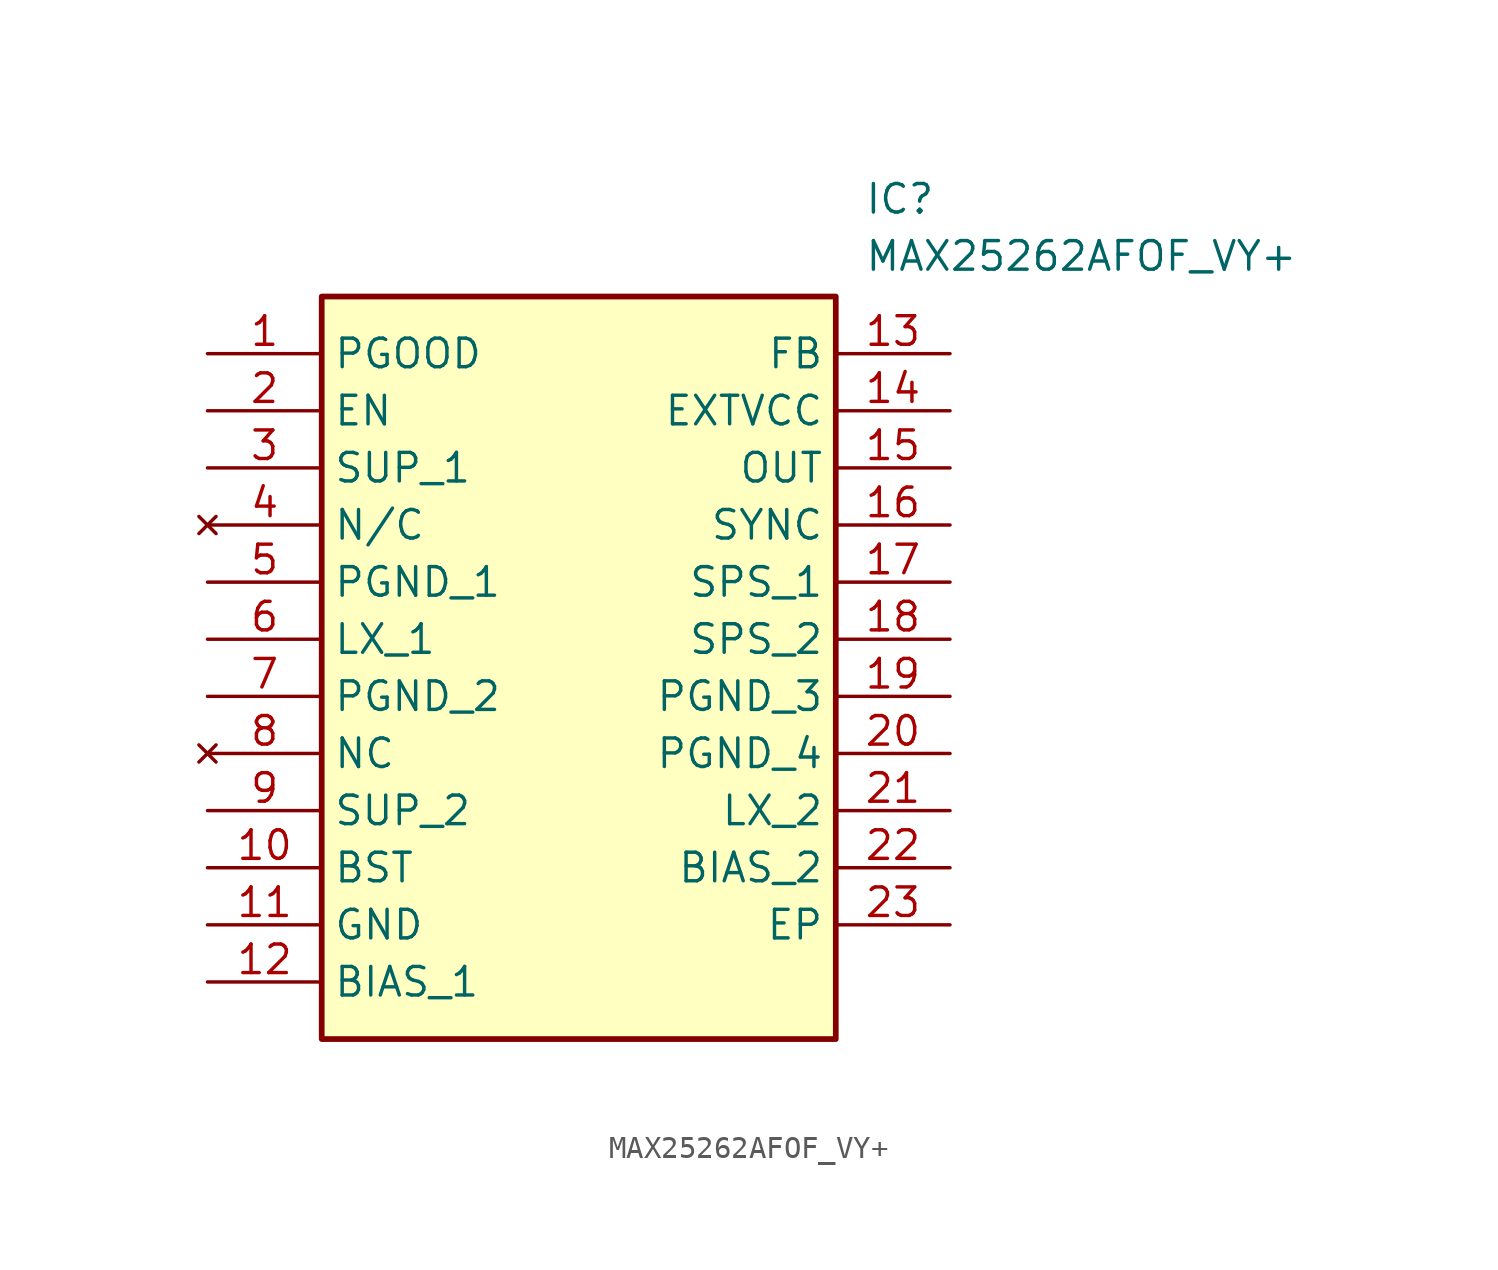
<source format=kicad_sym>
(kicad_symbol_lib
  (version 20211014)
  (generator SamacSys_ECAD_Model)
  (symbol "MAX25262AFOF_VY+"
    (property "Reference" "IC"
      (at 29.21 7.62 0)
      (effects (font (size 1.27 1.27)) (justify left top)))
    (property "Value" "MAX25262AFOF_VY+"
      (at 29.21 5.08 0)
      (effects (font (size 1.27 1.27)) (justify left top)))
    (rectangle
      (start 5.08 2.54)
      (end 27.94 -30.48)
      (stroke (width 0.254) (type default))
      (fill (type background)))
    (pin passive line
      (at 0 0 0)
      (length 5.08)
      (name "PGOOD" (effects (font (size 1.27 1.27))))
      (number "1" (effects (font (size 1.27 1.27)))))
    (pin passive line
      (at 0 -2.54 0)
      (length 5.08)
      (name "EN" (effects (font (size 1.27 1.27))))
      (number "2" (effects (font (size 1.27 1.27)))))
    (pin passive line
      (at 0 -5.08 0)
      (length 5.08)
      (name "SUP_1" (effects (font (size 1.27 1.27))))
      (number "3" (effects (font (size 1.27 1.27)))))
    (pin no_connect line
      (at 0 -7.62 0)
      (length 5.08)
      (name "N/C" (effects (font (size 1.27 1.27))))
      (number "4" (effects (font (size 1.27 1.27)))))
    (pin passive line
      (at 0 -10.16 0)
      (length 5.08)
      (name "PGND_1" (effects (font (size 1.27 1.27))))
      (number "5" (effects (font (size 1.27 1.27)))))
    (pin passive line
      (at 0 -12.7 0)
      (length 5.08)
      (name "LX_1" (effects (font (size 1.27 1.27))))
      (number "6" (effects (font (size 1.27 1.27)))))
    (pin passive line
      (at 0 -15.24 0)
      (length 5.08)
      (name "PGND_2" (effects (font (size 1.27 1.27))))
      (number "7" (effects (font (size 1.27 1.27)))))
    (pin no_connect line
      (at 0 -17.78 0)
      (length 5.08)
      (name "NC" (effects (font (size 1.27 1.27))))
      (number "8" (effects (font (size 1.27 1.27)))))
    (pin passive line
      (at 0 -20.32 0)
      (length 5.08)
      (name "SUP_2" (effects (font (size 1.27 1.27))))
      (number "9" (effects (font (size 1.27 1.27)))))
    (pin passive line
      (at 0 -22.86 0)
      (length 5.08)
      (name "BST" (effects (font (size 1.27 1.27))))
      (number "10" (effects (font (size 1.27 1.27)))))
    (pin passive line
      (at 0 -25.4 0)
      (length 5.08)
      (name "GND" (effects (font (size 1.27 1.27))))
      (number "11" (effects (font (size 1.27 1.27)))))
    (pin passive line
      (at 0 -27.94 0)
      (length 5.08)
      (name "BIAS_1" (effects (font (size 1.27 1.27))))
      (number "12" (effects (font (size 1.27 1.27)))))
    (pin passive line
      (at 33.02 0 180)
      (length 5.08)
      (name "FB" (effects (font (size 1.27 1.27))))
      (number "13" (effects (font (size 1.27 1.27)))))
    (pin passive line
      (at 33.02 -2.54 180)
      (length 5.08)
      (name "EXTVCC" (effects (font (size 1.27 1.27))))
      (number "14" (effects (font (size 1.27 1.27)))))
    (pin passive line
      (at 33.02 -5.08 180)
      (length 5.08)
      (name "OUT" (effects (font (size 1.27 1.27))))
      (number "15" (effects (font (size 1.27 1.27)))))
    (pin passive line
      (at 33.02 -7.62 180)
      (length 5.08)
      (name "SYNC" (effects (font (size 1.27 1.27))))
      (number "16" (effects (font (size 1.27 1.27)))))
    (pin passive line
      (at 33.02 -10.16 180)
      (length 5.08)
      (name "SPS_1" (effects (font (size 1.27 1.27))))
      (number "17" (effects (font (size 1.27 1.27)))))
    (pin passive line
      (at 33.02 -12.7 180)
      (length 5.08)
      (name "SPS_2" (effects (font (size 1.27 1.27))))
      (number "18" (effects (font (size 1.27 1.27)))))
    (pin passive line
      (at 33.02 -15.24 180)
      (length 5.08)
      (name "PGND_3" (effects (font (size 1.27 1.27))))
      (number "19" (effects (font (size 1.27 1.27)))))
    (pin passive line
      (at 33.02 -17.78 180)
      (length 5.08)
      (name "PGND_4" (effects (font (size 1.27 1.27))))
      (number "20" (effects (font (size 1.27 1.27)))))
    (pin passive line
      (at 33.02 -20.32 180)
      (length 5.08)
      (name "LX_2" (effects (font (size 1.27 1.27))))
      (number "21" (effects (font (size 1.27 1.27)))))
    (pin passive line
      (at 33.02 -22.86 180)
      (length 5.08)
      (name "BIAS_2" (effects (font (size 1.27 1.27))))
      (number "22" (effects (font (size 1.27 1.27)))))
    (pin passive line
      (at 33.02 -25.4 180)
      (length 5.08)
      (name "EP" (effects (font (size 1.27 1.27))))
      (number "23" (effects (font (size 1.27 1.27)))))))
</source>
